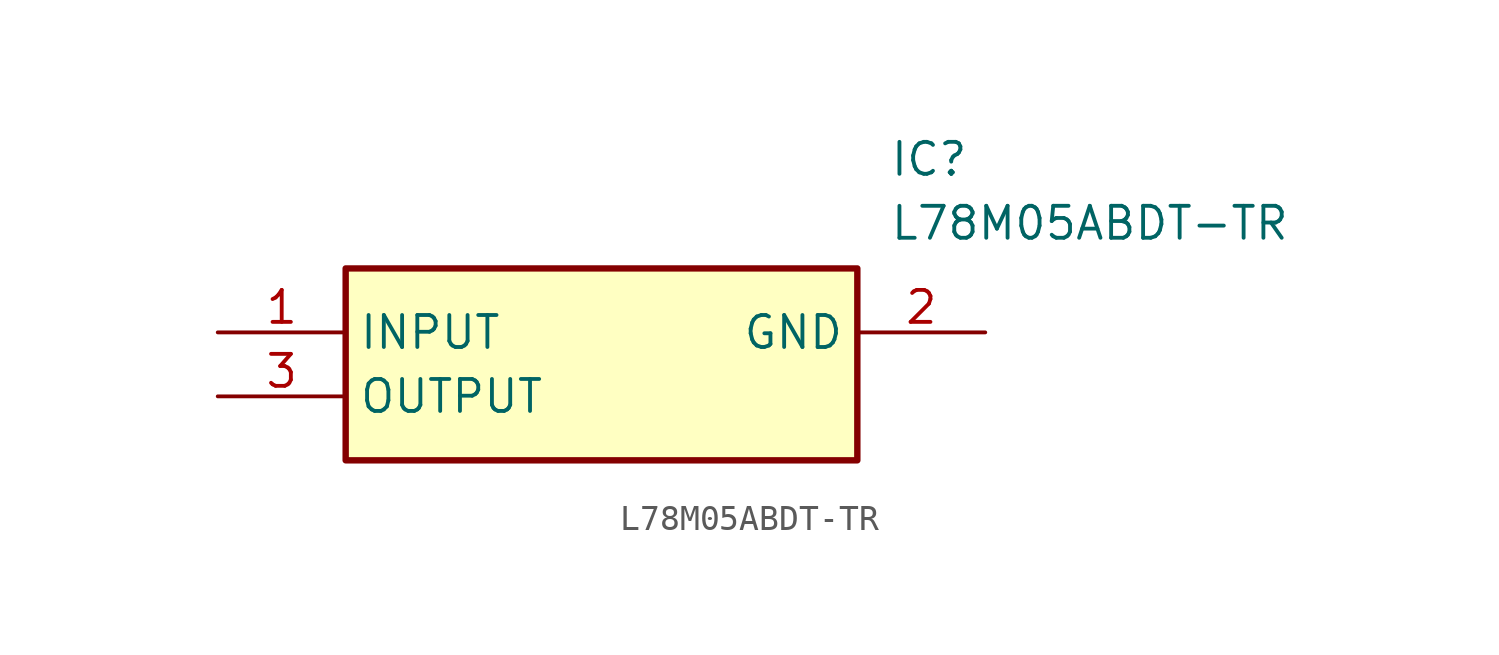
<source format=kicad_sym>
(kicad_symbol_lib
  (version 20211014)
  (generator SamacSys_ECAD_Model)
  (symbol "L78M05ABDT-TR"
    (property "Reference" "IC"
      (at 26.67 7.62 0)
      (effects (font (size 1.27 1.27)) (justify left top)))
    (property "Value" "L78M05ABDT-TR"
      (at 26.67 5.08 0)
      (effects (font (size 1.27 1.27)) (justify left top)))
    (rectangle
      (start 5.08 2.54)
      (end 25.4 -5.08)
      (stroke (width 0.254) (type default))
      (fill (type background)))
    (pin passive line
      (at 0 0 0)
      (length 5.08)
      (name "INPUT" (effects (font (size 1.27 1.27))))
      (number "1" (effects (font (size 1.27 1.27)))))
    (pin passive line
      (at 30.48 0 180)
      (length 5.08)
      (name "GND" (effects (font (size 1.27 1.27))))
      (number "2" (effects (font (size 1.27 1.27)))))
    (pin passive line
      (at 0 -2.54 0)
      (length 5.08)
      (name "OUTPUT" (effects (font (size 1.27 1.27))))
      (number "3" (effects (font (size 1.27 1.27)))))))
</source>
